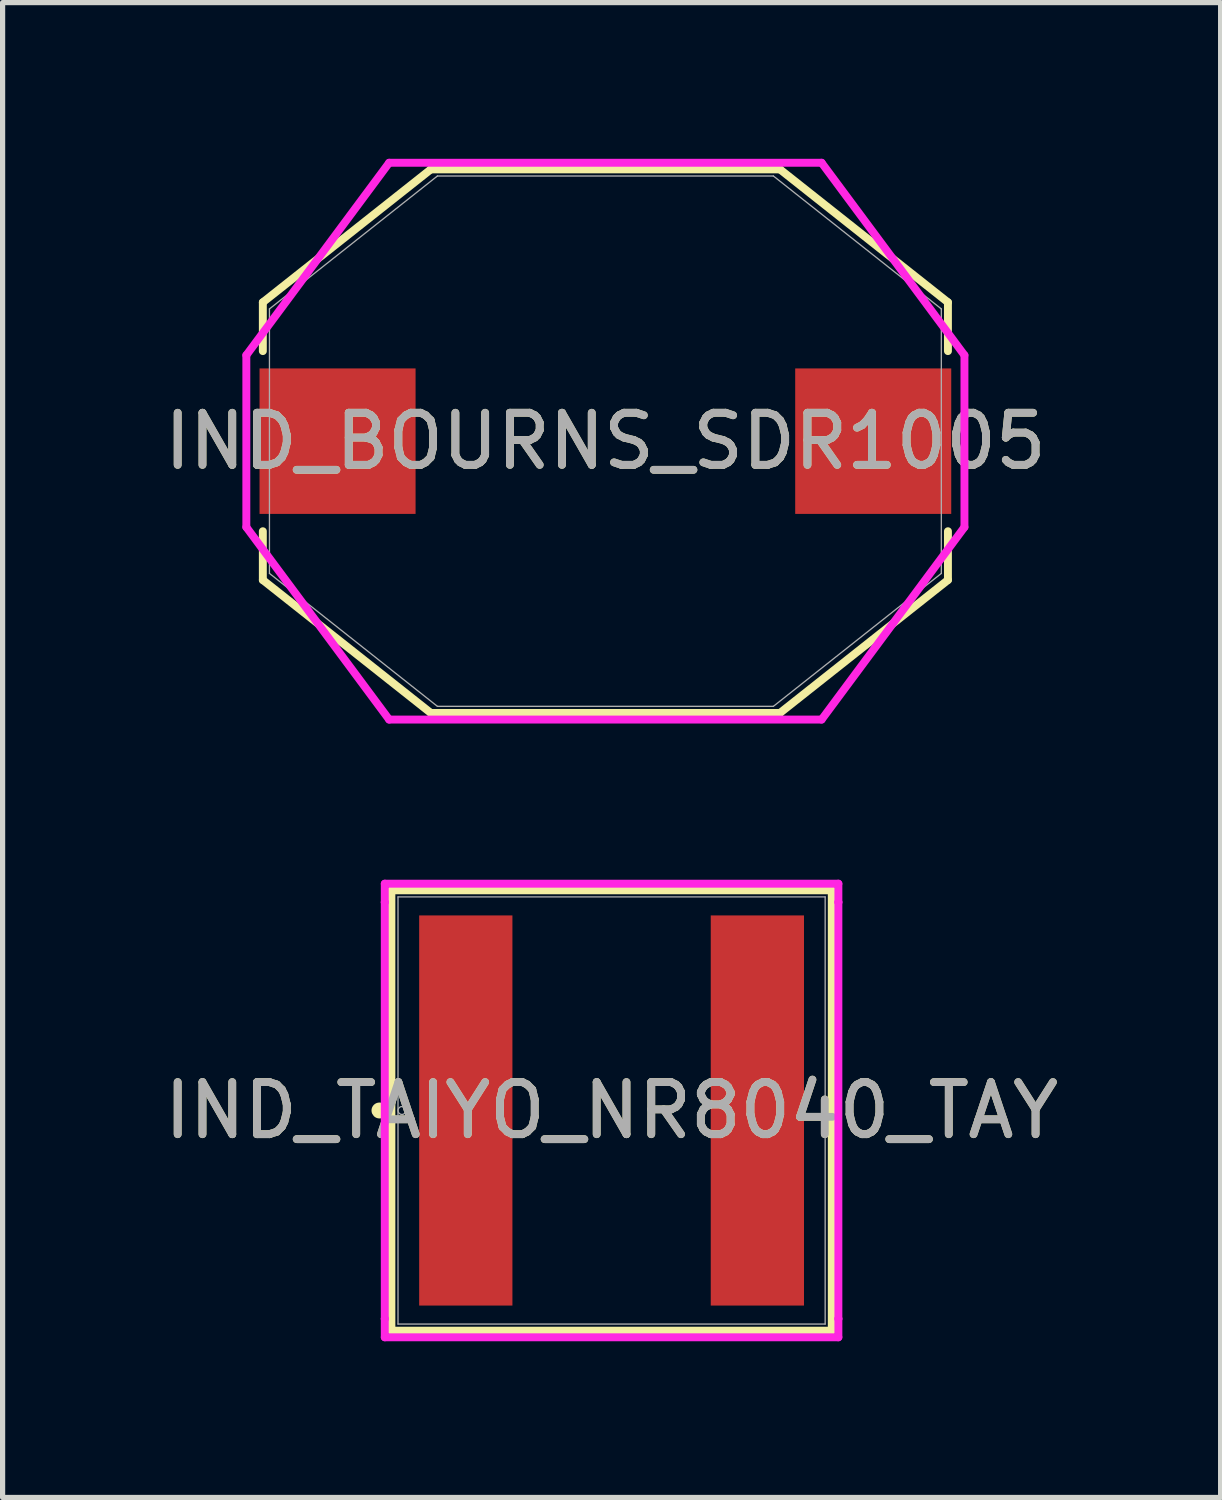
<source format=kicad_pcb>
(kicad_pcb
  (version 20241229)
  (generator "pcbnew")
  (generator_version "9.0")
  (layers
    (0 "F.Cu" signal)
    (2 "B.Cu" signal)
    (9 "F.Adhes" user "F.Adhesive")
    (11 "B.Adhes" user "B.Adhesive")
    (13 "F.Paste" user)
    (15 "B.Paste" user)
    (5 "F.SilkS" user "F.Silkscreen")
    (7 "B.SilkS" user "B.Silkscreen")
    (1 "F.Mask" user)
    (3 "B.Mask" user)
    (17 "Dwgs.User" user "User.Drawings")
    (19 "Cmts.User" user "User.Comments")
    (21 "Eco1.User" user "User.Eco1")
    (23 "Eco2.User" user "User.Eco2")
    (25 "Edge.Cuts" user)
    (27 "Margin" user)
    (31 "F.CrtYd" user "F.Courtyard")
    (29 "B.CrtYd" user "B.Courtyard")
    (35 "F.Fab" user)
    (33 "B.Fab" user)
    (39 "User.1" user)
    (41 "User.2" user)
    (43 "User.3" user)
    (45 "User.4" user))
  (footprint "IND_BOURNS_SDR1005"
    (layer "F.Cu")
    (at 8.577 5.423)
    (property "Reference" "IND_BOURNS_SDR1005" (at 0 0 0) (unlocked yes) (layer "F.SilkS") (effects (font (size 1 1) (thickness 0.15))))
    (attr smd)
    (fp_line (start -6.579 -2.667) (end -3.353 -5.22) (stroke (width 0.152) (type solid)) (layer "F.SilkS"))
    (fp_line (start -6.579 -1.73) (end -6.579 -2.667) (stroke (width 0.152) (type solid)) (layer "F.SilkS"))
    (fp_line (start -6.579 2.667) (end -6.579 1.73) (stroke (width 0.152) (type solid)) (layer "F.SilkS"))
    (fp_line (start -3.353 -5.22) (end 3.353 -5.22) (stroke (width 0.152) (type solid)) (layer "F.SilkS"))
    (fp_line (start -3.353 5.22) (end -6.579 2.667) (stroke (width 0.152) (type solid)) (layer "F.SilkS"))
    (fp_line (start 3.353 -5.22) (end 6.579 -2.667) (stroke (width 0.152) (type solid)) (layer "F.SilkS"))
    (fp_line (start 3.353 5.22) (end -3.353 5.22) (stroke (width 0.152) (type solid)) (layer "F.SilkS"))
    (fp_line (start 6.579 -2.667) (end 6.579 -1.73) (stroke (width 0.152) (type solid)) (layer "F.SilkS"))
    (fp_line (start 6.579 1.73) (end 6.579 2.667) (stroke (width 0.152) (type solid)) (layer "F.SilkS"))
    (fp_line (start 6.579 2.667) (end 3.353 5.22) (stroke (width 0.152) (type solid)) (layer "F.SilkS"))
    (fp_line (start -6.896 -1.651) (end -4.153 -5.347) (stroke (width 0.152) (type solid)) (layer "F.CrtYd"))
    (fp_line (start -6.896 1.651) (end -6.896 -1.651) (stroke (width 0.152) (type solid)) (layer "F.CrtYd"))
    (fp_line (start -4.153 -5.347) (end 4.153 -5.347) (stroke (width 0.152) (type solid)) (layer "F.CrtYd"))
    (fp_line (start -4.153 5.347) (end -6.896 1.651) (stroke (width 0.152) (type solid)) (layer "F.CrtYd"))
    (fp_line (start 4.153 -5.347) (end 6.896 -1.651) (stroke (width 0.152) (type solid)) (layer "F.CrtYd"))
    (fp_line (start 4.153 5.347) (end -4.153 5.347) (stroke (width 0.152) (type solid)) (layer "F.CrtYd"))
    (fp_line (start 6.896 -1.651) (end 6.896 1.651) (stroke (width 0.152) (type solid)) (layer "F.CrtYd"))
    (fp_line (start 6.896 1.651) (end 4.153 5.347) (stroke (width 0.152) (type solid)) (layer "F.CrtYd"))
    (fp_line (start -6.452 -2.54) (end -3.226 -5.093) (stroke (width 0.025) (type solid)) (layer "F.Fab"))
    (fp_line (start -6.452 2.54) (end -6.452 -2.54) (stroke (width 0.025) (type solid)) (layer "F.Fab"))
    (fp_line (start -3.226 -5.093) (end 3.226 -5.093) (stroke (width 0.025) (type solid)) (layer "F.Fab"))
    (fp_line (start -3.226 5.093) (end -6.452 2.54) (stroke (width 0.025) (type solid)) (layer "F.Fab"))
    (fp_line (start 3.226 -5.093) (end 6.452 -2.54) (stroke (width 0.025) (type solid)) (layer "F.Fab"))
    (fp_line (start 3.226 5.093) (end -3.226 5.093) (stroke (width 0.025) (type solid)) (layer "F.Fab"))
    (fp_line (start 6.452 -2.54) (end 6.452 2.54) (stroke (width 0.025) (type solid)) (layer "F.Fab"))
    (fp_line (start 6.452 2.54) (end 3.226 5.093) (stroke (width 0.025) (type solid)) (layer "F.Fab"))
    (fp_circle (center -6.071 0) (end -6.071 0) (stroke (width 0.025) (type solid)) (fill no) (layer "F.Fab"))
    (fp_text user "${REFERENCE}" (at 0 0 0) (unlocked yes) (layer "F.Fab") (effects (font (size 1 1) (thickness 0.15))))
    (pad "1" smd rect (at -5.144 0) (size 2.997 2.794) (layers "F.Cu" "F.Mask" "F.Paste"))
    (pad "2" smd rect (at 5.144 0) (size 2.997 2.794) (layers "F.Cu" "F.Mask" "F.Paste"))
    (zone (net_name "") (layer "F.Cu") (hatch full 0.508) (connect_pads) (min_thickness 0.254) (filled_areas_thickness no) (keepout (tracks not_allowed) (vias not_allowed) (pads allowed) (copperpour not_allowed) (footprints allowed)) (placement (enabled no)) (fill) (polygon (pts (xy 4.983 0.381) (xy 12.171 0.381) (xy 12.171 10.465) (xy 4.983 10.465)))))
  (footprint "IND_TAIYO_NR8040_TAY"
    (layer "F.Cu")
    (at 8.696 18.278)
    (property "Reference" "IND_TAIYO_NR8040_TAY" (at 0 0 0) (unlocked yes) (layer "F.SilkS") (effects (font (size 1 1) (thickness 0.15))))
    (attr smd)
    (fp_line (start -4.229 -4.229) (end -4.229 4.229) (stroke (width 0.152) (type solid)) (layer "F.SilkS"))
    (fp_line (start -4.229 4.229) (end 4.229 4.229) (stroke (width 0.152) (type solid)) (layer "F.SilkS"))
    (fp_line (start 4.229 -4.229) (end -4.229 -4.229) (stroke (width 0.152) (type solid)) (layer "F.SilkS"))
    (fp_line (start 4.229 4.229) (end 4.229 -4.229) (stroke (width 0.152) (type solid)) (layer "F.SilkS"))
    (fp_circle (center -4.458 0) (end -4.381 0) (stroke (width 0.152) (type solid)) (fill no) (layer "F.SilkS"))
    (fp_line (start -4.356 -4.356) (end 4.356 -4.356) (stroke (width 0.152) (type solid)) (layer "F.CrtYd"))
    (fp_line (start -4.356 -4) (end -4.356 -4.356) (stroke (width 0.152) (type solid)) (layer "F.CrtYd"))
    (fp_line (start -4.356 -4) (end -4.356 -4) (stroke (width 0.152) (type solid)) (layer "F.CrtYd"))
    (fp_line (start -4.356 4) (end -4.356 -4) (stroke (width 0.152) (type solid)) (layer "F.CrtYd"))
    (fp_line (start -4.356 4) (end -4.356 4) (stroke (width 0.152) (type solid)) (layer "F.CrtYd"))
    (fp_line (start -4.356 4.356) (end -4.356 4) (stroke (width 0.152) (type solid)) (layer "F.CrtYd"))
    (fp_line (start 4.356 -4.356) (end 4.356 -4) (stroke (width 0.152) (type solid)) (layer "F.CrtYd"))
    (fp_line (start 4.356 -4) (end 4.356 -4) (stroke (width 0.152) (type solid)) (layer "F.CrtYd"))
    (fp_line (start 4.356 -4) (end 4.356 4) (stroke (width 0.152) (type solid)) (layer "F.CrtYd"))
    (fp_line (start 4.356 4) (end 4.356 4) (stroke (width 0.152) (type solid)) (layer "F.CrtYd"))
    (fp_line (start 4.356 4) (end 4.356 4.356) (stroke (width 0.152) (type solid)) (layer "F.CrtYd"))
    (fp_line (start 4.356 4.356) (end -4.356 4.356) (stroke (width 0.152) (type solid)) (layer "F.CrtYd"))
    (fp_line (start -4.102 -4.102) (end -4.102 4.102) (stroke (width 0.025) (type solid)) (layer "F.Fab"))
    (fp_line (start -4.102 4.102) (end 4.102 4.102) (stroke (width 0.025) (type solid)) (layer "F.Fab"))
    (fp_line (start 4.102 -4.102) (end -4.102 -4.102) (stroke (width 0.025) (type solid)) (layer "F.Fab"))
    (fp_line (start 4.102 4.102) (end 4.102 -4.102) (stroke (width 0.025) (type solid)) (layer "F.Fab"))
    (fp_circle (center -4.026 0) (end -3.95 0) (stroke (width 0.025) (type solid)) (fill no) (layer "F.Fab"))
    (fp_text user "${REFERENCE}" (at 0 0 0) (unlocked yes) (layer "F.Fab") (effects (font (size 1 1) (thickness 0.15))))
    (pad "1" smd rect (at -2.8 0) (size 1.791 7.493) (layers "F.Cu" "F.Mask" "F.Paste"))
    (pad "2" smd rect (at 2.8 0) (size 1.791 7.493) (layers "F.Cu" "F.Mask" "F.Paste"))
    (zone (net_name "") (layer "F.Cu") (hatch full 0.508) (connect_pads) (min_thickness 0.254) (filled_areas_thickness no) (keepout (tracks not_allowed) (vias not_allowed) (pads allowed) (copperpour not_allowed) (footprints allowed)) (placement (enabled no)) (fill) (polygon (pts (xy 6.842 14.227) (xy 10.551 14.227) (xy 10.551 22.329) (xy 6.842 22.329)))))
  (gr_rect
    (start -3 -3)
    (end 20.393 25.71)
    (stroke (width 0.1) (type default))
    (fill no)
    (layer "Edge.Cuts")))
</source>
